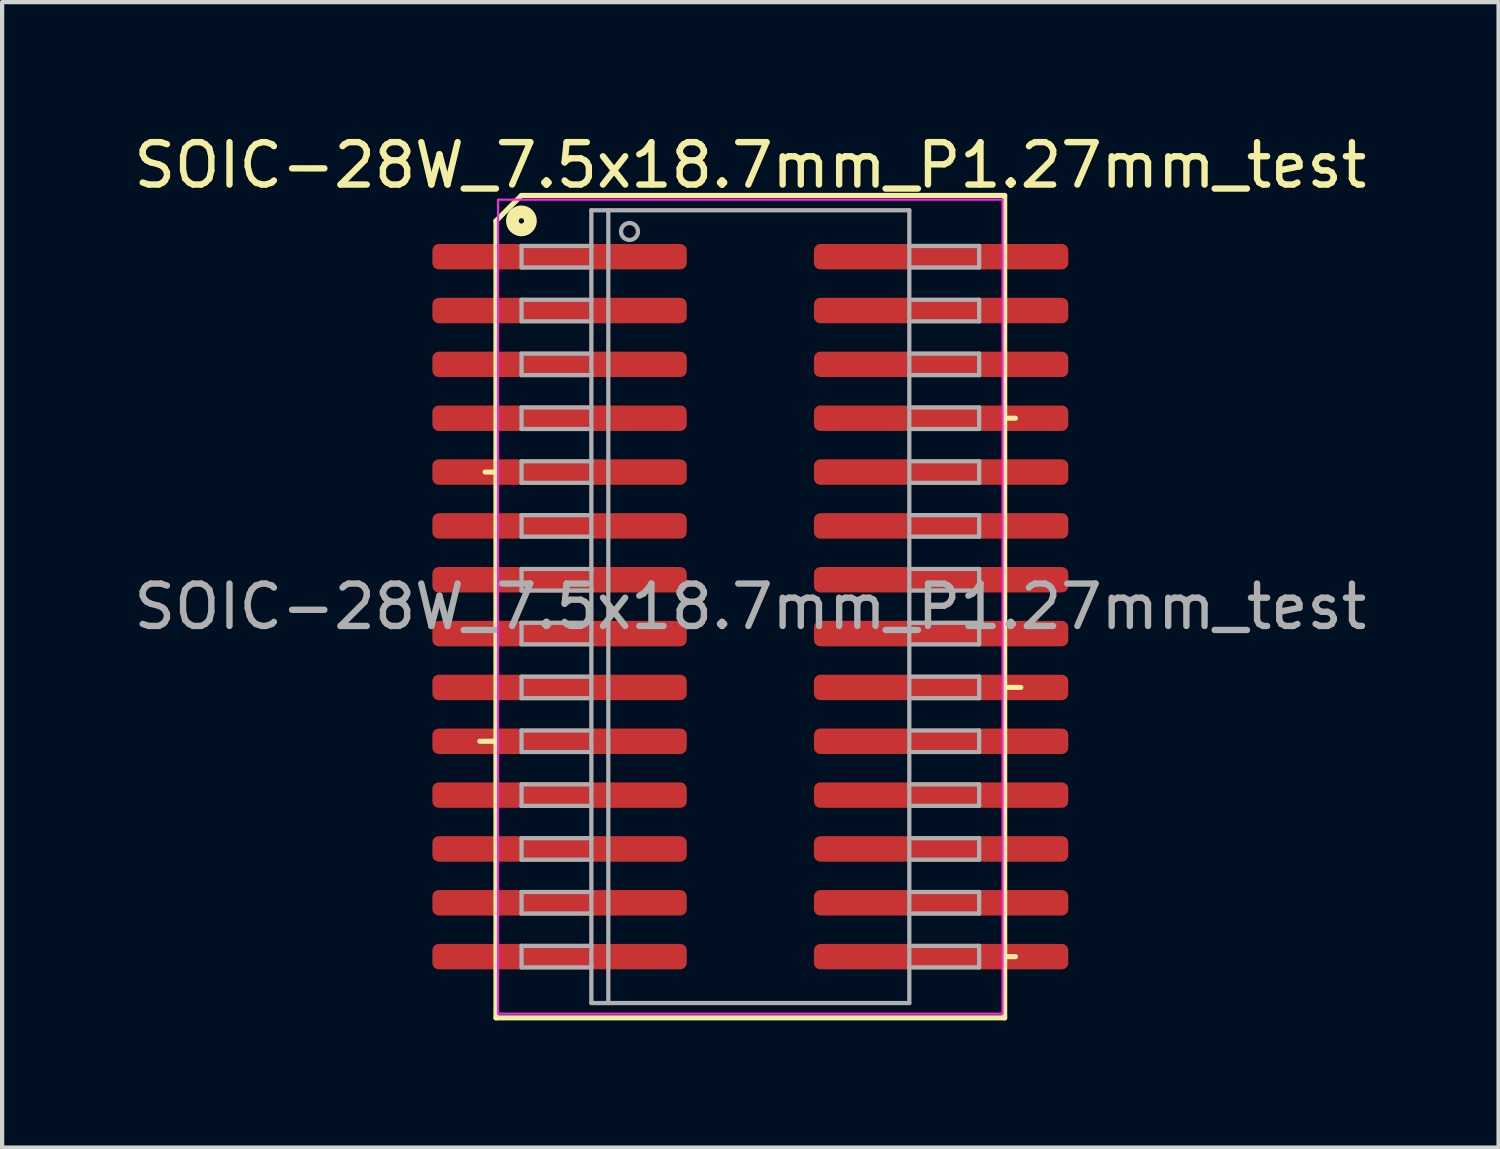
<source format=kicad_pcb>
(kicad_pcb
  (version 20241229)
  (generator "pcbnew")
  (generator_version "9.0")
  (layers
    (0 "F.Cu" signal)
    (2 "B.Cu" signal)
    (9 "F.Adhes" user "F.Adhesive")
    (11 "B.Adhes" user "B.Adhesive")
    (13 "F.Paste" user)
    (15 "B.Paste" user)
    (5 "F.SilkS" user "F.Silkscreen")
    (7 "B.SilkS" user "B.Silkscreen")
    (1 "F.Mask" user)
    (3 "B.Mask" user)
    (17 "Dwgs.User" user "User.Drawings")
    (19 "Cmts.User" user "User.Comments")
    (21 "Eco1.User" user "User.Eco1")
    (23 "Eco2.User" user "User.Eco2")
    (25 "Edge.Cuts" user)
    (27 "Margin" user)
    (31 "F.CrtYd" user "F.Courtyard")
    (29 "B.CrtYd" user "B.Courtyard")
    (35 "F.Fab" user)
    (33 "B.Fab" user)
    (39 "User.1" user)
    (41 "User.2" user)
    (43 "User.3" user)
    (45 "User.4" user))
  (footprint "SOIC-28W_7.5x18.7mm_P1.27mm_test"
    (layer "F.Cu")
    (at 14.649 11.26)
    (property "Reference" "SOIC-28W_7.5x18.7mm_P1.27mm_test" (at 0 -10.412 0) (layer "F.SilkS") (effects (font (size 1 1) (thickness 0.15))))
    (attr smd)
    (fp_line (start -6 -9.1) (end -6 9.7) (stroke (width 0.12) (type solid)) (layer "F.SilkS"))
    (fp_line (start -6 -9.1) (end -5.4 -9.7) (stroke (width 0.12) (type solid)) (layer "F.SilkS"))
    (fp_line (start -6 -3.175) (end -6.254 -3.175) (stroke (width 0.12) (type solid)) (layer "F.SilkS"))
    (fp_line (start -6 3.175) (end -6.381 3.175) (stroke (width 0.12) (type solid)) (layer "F.SilkS"))
    (fp_line (start -6 9.7) (end 6 9.7) (stroke (width 0.12) (type solid)) (layer "F.SilkS"))
    (fp_line (start 6 -9.7) (end -5.4 -9.7) (stroke (width 0.12) (type solid)) (layer "F.SilkS"))
    (fp_line (start 6 -4.445) (end 6.254 -4.445) (stroke (width 0.12) (type solid)) (layer "F.SilkS"))
    (fp_line (start 6 1.905) (end 6.381 1.905) (stroke (width 0.12) (type solid)) (layer "F.SilkS"))
    (fp_line (start 6 8.255) (end 6.254 8.255) (stroke (width 0.12) (type solid)) (layer "F.SilkS"))
    (fp_line (start 6 9.7) (end 6 -9.7) (stroke (width 0.12) (type solid)) (layer "F.SilkS"))
    (fp_circle (center -5.4 -9.1) (end -5.337 -9.1) (stroke (width 0.3) (type solid)) (fill no) (layer "F.SilkS"))
    (fp_line (start -5.95 -9.6) (end -5.95 9.6) (stroke (width 0.05) (type solid)) (layer "F.CrtYd"))
    (fp_line (start -5.95 9.6) (end 5.95 9.6) (stroke (width 0.05) (type solid)) (layer "F.CrtYd"))
    (fp_line (start 5.95 -9.6) (end -5.95 -9.6) (stroke (width 0.05) (type solid)) (layer "F.CrtYd"))
    (fp_line (start 5.95 9.6) (end 5.95 -9.6) (stroke (width 0.05) (type solid)) (layer "F.CrtYd"))
    (fp_line (start -5.397 -8.509) (end -5.397 -8.001) (stroke (width 0.1) (type solid)) (layer "F.Fab"))
    (fp_line (start -5.397 -8.509) (end -3.747 -8.509) (stroke (width 0.1) (type solid)) (layer "F.Fab"))
    (fp_line (start -5.397 -8.001) (end -3.747 -8.001) (stroke (width 0.1) (type solid)) (layer "F.Fab"))
    (fp_line (start -5.397 -7.239) (end -5.397 -6.731) (stroke (width 0.1) (type solid)) (layer "F.Fab"))
    (fp_line (start -5.397 -7.239) (end -3.747 -7.239) (stroke (width 0.1) (type solid)) (layer "F.Fab"))
    (fp_line (start -5.397 -6.731) (end -3.747 -6.731) (stroke (width 0.1) (type solid)) (layer "F.Fab"))
    (fp_line (start -5.397 -5.969) (end -5.397 -5.461) (stroke (width 0.1) (type solid)) (layer "F.Fab"))
    (fp_line (start -5.397 -5.969) (end -3.747 -5.969) (stroke (width 0.1) (type solid)) (layer "F.Fab"))
    (fp_line (start -5.397 -5.461) (end -3.747 -5.461) (stroke (width 0.1) (type solid)) (layer "F.Fab"))
    (fp_line (start -5.397 -4.699) (end -5.397 -4.191) (stroke (width 0.1) (type solid)) (layer "F.Fab"))
    (fp_line (start -5.397 -4.699) (end -3.747 -4.699) (stroke (width 0.1) (type solid)) (layer "F.Fab"))
    (fp_line (start -5.397 -4.191) (end -3.747 -4.191) (stroke (width 0.1) (type solid)) (layer "F.Fab"))
    (fp_line (start -5.397 -3.429) (end -5.397 -2.921) (stroke (width 0.1) (type solid)) (layer "F.Fab"))
    (fp_line (start -5.397 -3.429) (end -3.747 -3.429) (stroke (width 0.1) (type solid)) (layer "F.Fab"))
    (fp_line (start -5.397 -2.921) (end -3.747 -2.921) (stroke (width 0.1) (type solid)) (layer "F.Fab"))
    (fp_line (start -5.397 -2.159) (end -5.397 -1.651) (stroke (width 0.1) (type solid)) (layer "F.Fab"))
    (fp_line (start -5.397 -2.159) (end -3.747 -2.159) (stroke (width 0.1) (type solid)) (layer "F.Fab"))
    (fp_line (start -5.397 -1.651) (end -3.747 -1.651) (stroke (width 0.1) (type solid)) (layer "F.Fab"))
    (fp_line (start -5.397 -0.889) (end -5.397 -0.381) (stroke (width 0.1) (type solid)) (layer "F.Fab"))
    (fp_line (start -5.397 -0.889) (end -3.747 -0.889) (stroke (width 0.1) (type solid)) (layer "F.Fab"))
    (fp_line (start -5.397 -0.381) (end -3.747 -0.381) (stroke (width 0.1) (type solid)) (layer "F.Fab"))
    (fp_line (start -5.397 0.381) (end -5.397 0.889) (stroke (width 0.1) (type solid)) (layer "F.Fab"))
    (fp_line (start -5.397 0.381) (end -3.747 0.381) (stroke (width 0.1) (type solid)) (layer "F.Fab"))
    (fp_line (start -5.397 0.889) (end -3.747 0.889) (stroke (width 0.1) (type solid)) (layer "F.Fab"))
    (fp_line (start -5.397 1.651) (end -5.397 2.159) (stroke (width 0.1) (type solid)) (layer "F.Fab"))
    (fp_line (start -5.397 1.651) (end -3.747 1.651) (stroke (width 0.1) (type solid)) (layer "F.Fab"))
    (fp_line (start -5.397 2.159) (end -3.747 2.159) (stroke (width 0.1) (type solid)) (layer "F.Fab"))
    (fp_line (start -5.397 2.921) (end -5.397 3.429) (stroke (width 0.1) (type solid)) (layer "F.Fab"))
    (fp_line (start -5.397 2.921) (end -3.747 2.921) (stroke (width 0.1) (type solid)) (layer "F.Fab"))
    (fp_line (start -5.397 3.429) (end -3.747 3.429) (stroke (width 0.1) (type solid)) (layer "F.Fab"))
    (fp_line (start -5.397 4.191) (end -5.397 4.699) (stroke (width 0.1) (type solid)) (layer "F.Fab"))
    (fp_line (start -5.397 4.191) (end -3.747 4.191) (stroke (width 0.1) (type solid)) (layer "F.Fab"))
    (fp_line (start -5.397 4.699) (end -3.747 4.699) (stroke (width 0.1) (type solid)) (layer "F.Fab"))
    (fp_line (start -5.397 5.461) (end -5.397 5.969) (stroke (width 0.1) (type solid)) (layer "F.Fab"))
    (fp_line (start -5.397 5.461) (end -3.747 5.461) (stroke (width 0.1) (type solid)) (layer "F.Fab"))
    (fp_line (start -5.397 5.969) (end -3.747 5.969) (stroke (width 0.1) (type solid)) (layer "F.Fab"))
    (fp_line (start -5.397 6.731) (end -5.397 7.239) (stroke (width 0.1) (type solid)) (layer "F.Fab"))
    (fp_line (start -5.397 6.731) (end -3.747 6.731) (stroke (width 0.1) (type solid)) (layer "F.Fab"))
    (fp_line (start -5.397 7.239) (end -3.747 7.239) (stroke (width 0.1) (type solid)) (layer "F.Fab"))
    (fp_line (start -5.397 8.001) (end -5.397 8.509) (stroke (width 0.1) (type solid)) (layer "F.Fab"))
    (fp_line (start -5.397 8.001) (end -3.747 8.001) (stroke (width 0.1) (type solid)) (layer "F.Fab"))
    (fp_line (start -5.397 8.509) (end -3.747 8.509) (stroke (width 0.1) (type solid)) (layer "F.Fab"))
    (fp_line (start -3.75 -9.35) (end 3.75 -9.35) (stroke (width 0.1) (type solid)) (layer "F.Fab"))
    (fp_line (start -3.75 9.35) (end -3.75 -9.35) (stroke (width 0.1) (type solid)) (layer "F.Fab"))
    (fp_line (start -3.35 -9.35) (end -3.35 9.35) (stroke (width 0.1) (type solid)) (layer "F.Fab"))
    (fp_line (start 3.75 -9.35) (end 3.75 9.35) (stroke (width 0.1) (type solid)) (layer "F.Fab"))
    (fp_line (start 3.75 9.35) (end -3.75 9.35) (stroke (width 0.1) (type solid)) (layer "F.Fab"))
    (fp_line (start 5.397 -8.509) (end 3.747 -8.509) (stroke (width 0.1) (type solid)) (layer "F.Fab"))
    (fp_line (start 5.397 -8.001) (end 3.747 -8.001) (stroke (width 0.1) (type solid)) (layer "F.Fab"))
    (fp_line (start 5.397 -8.001) (end 5.397 -8.509) (stroke (width 0.1) (type solid)) (layer "F.Fab"))
    (fp_line (start 5.397 -7.239) (end 3.747 -7.239) (stroke (width 0.1) (type solid)) (layer "F.Fab"))
    (fp_line (start 5.397 -6.731) (end 3.747 -6.731) (stroke (width 0.1) (type solid)) (layer "F.Fab"))
    (fp_line (start 5.397 -6.731) (end 5.397 -7.239) (stroke (width 0.1) (type solid)) (layer "F.Fab"))
    (fp_line (start 5.397 -5.969) (end 3.747 -5.969) (stroke (width 0.1) (type solid)) (layer "F.Fab"))
    (fp_line (start 5.397 -5.461) (end 3.747 -5.461) (stroke (width 0.1) (type solid)) (layer "F.Fab"))
    (fp_line (start 5.397 -5.461) (end 5.397 -5.969) (stroke (width 0.1) (type solid)) (layer "F.Fab"))
    (fp_line (start 5.397 -4.699) (end 3.747 -4.699) (stroke (width 0.1) (type solid)) (layer "F.Fab"))
    (fp_line (start 5.397 -4.191) (end 3.747 -4.191) (stroke (width 0.1) (type solid)) (layer "F.Fab"))
    (fp_line (start 5.397 -4.191) (end 5.397 -4.699) (stroke (width 0.1) (type solid)) (layer "F.Fab"))
    (fp_line (start 5.397 -3.429) (end 3.747 -3.429) (stroke (width 0.1) (type solid)) (layer "F.Fab"))
    (fp_line (start 5.397 -2.921) (end 3.747 -2.921) (stroke (width 0.1) (type solid)) (layer "F.Fab"))
    (fp_line (start 5.397 -2.921) (end 5.397 -3.429) (stroke (width 0.1) (type solid)) (layer "F.Fab"))
    (fp_line (start 5.397 -2.159) (end 3.747 -2.159) (stroke (width 0.1) (type solid)) (layer "F.Fab"))
    (fp_line (start 5.397 -1.651) (end 3.747 -1.651) (stroke (width 0.1) (type solid)) (layer "F.Fab"))
    (fp_line (start 5.397 -1.651) (end 5.397 -2.159) (stroke (width 0.1) (type solid)) (layer "F.Fab"))
    (fp_line (start 5.397 -0.889) (end 3.747 -0.889) (stroke (width 0.1) (type solid)) (layer "F.Fab"))
    (fp_line (start 5.397 -0.381) (end 3.747 -0.381) (stroke (width 0.1) (type solid)) (layer "F.Fab"))
    (fp_line (start 5.397 -0.381) (end 5.397 -0.889) (stroke (width 0.1) (type solid)) (layer "F.Fab"))
    (fp_line (start 5.397 0.381) (end 3.747 0.381) (stroke (width 0.1) (type solid)) (layer "F.Fab"))
    (fp_line (start 5.397 0.889) (end 3.747 0.889) (stroke (width 0.1) (type solid)) (layer "F.Fab"))
    (fp_line (start 5.397 0.889) (end 5.397 0.381) (stroke (width 0.1) (type solid)) (layer "F.Fab"))
    (fp_line (start 5.397 1.651) (end 3.747 1.651) (stroke (width 0.1) (type solid)) (layer "F.Fab"))
    (fp_line (start 5.397 2.159) (end 3.747 2.159) (stroke (width 0.1) (type solid)) (layer "F.Fab"))
    (fp_line (start 5.397 2.159) (end 5.397 1.651) (stroke (width 0.1) (type solid)) (layer "F.Fab"))
    (fp_line (start 5.397 2.921) (end 3.747 2.921) (stroke (width 0.1) (type solid)) (layer "F.Fab"))
    (fp_line (start 5.397 3.429) (end 3.747 3.429) (stroke (width 0.1) (type solid)) (layer "F.Fab"))
    (fp_line (start 5.397 3.429) (end 5.397 2.921) (stroke (width 0.1) (type solid)) (layer "F.Fab"))
    (fp_line (start 5.397 4.191) (end 3.747 4.191) (stroke (width 0.1) (type solid)) (layer "F.Fab"))
    (fp_line (start 5.397 4.699) (end 3.747 4.699) (stroke (width 0.1) (type solid)) (layer "F.Fab"))
    (fp_line (start 5.397 4.699) (end 5.397 4.191) (stroke (width 0.1) (type solid)) (layer "F.Fab"))
    (fp_line (start 5.397 5.461) (end 3.747 5.461) (stroke (width 0.1) (type solid)) (layer "F.Fab"))
    (fp_line (start 5.397 5.969) (end 3.747 5.969) (stroke (width 0.1) (type solid)) (layer "F.Fab"))
    (fp_line (start 5.397 5.969) (end 5.397 5.461) (stroke (width 0.1) (type solid)) (layer "F.Fab"))
    (fp_line (start 5.397 6.731) (end 3.747 6.731) (stroke (width 0.1) (type solid)) (layer "F.Fab"))
    (fp_line (start 5.397 7.239) (end 3.747 7.239) (stroke (width 0.1) (type solid)) (layer "F.Fab"))
    (fp_line (start 5.397 7.239) (end 5.397 6.731) (stroke (width 0.1) (type solid)) (layer "F.Fab"))
    (fp_line (start 5.397 8.001) (end 3.747 8.001) (stroke (width 0.1) (type solid)) (layer "F.Fab"))
    (fp_line (start 5.397 8.509) (end 3.747 8.509) (stroke (width 0.1) (type solid)) (layer "F.Fab"))
    (fp_line (start 5.397 8.509) (end 5.397 8.001) (stroke (width 0.1) (type solid)) (layer "F.Fab"))
    (fp_circle (center -2.85 -8.85) (end -2.65 -8.85) (stroke (width 0.1) (type solid)) (fill no) (layer "F.Fab"))
    (fp_text user "${REFERENCE}" (at 0 0 0) (layer "F.Fab") (effects (font (size 1 1) (thickness 0.15))))
    (pad "1" smd roundrect (at -4.5 -8.255) (size 6 0.6) (layers "F.Cu" "F.Mask" "F.Paste") (roundrect_rratio 0.25))
    (pad "2" smd roundrect (at -4.5 -6.985) (size 6 0.6) (layers "F.Cu" "F.Mask" "F.Paste") (roundrect_rratio 0.25))
    (pad "3" smd roundrect (at -4.5 -5.715) (size 6 0.6) (layers "F.Cu" "F.Mask" "F.Paste") (roundrect_rratio 0.25))
    (pad "4" smd roundrect (at -4.5 -4.445) (size 6 0.6) (layers "F.Cu" "F.Mask" "F.Paste") (roundrect_rratio 0.25))
    (pad "5" smd roundrect (at -4.5 -3.175) (size 6 0.6) (layers "F.Cu" "F.Mask" "F.Paste") (roundrect_rratio 0.25))
    (pad "6" smd roundrect (at -4.5 -1.905) (size 6 0.6) (layers "F.Cu" "F.Mask" "F.Paste") (roundrect_rratio 0.25))
    (pad "7" smd roundrect (at -4.5 -0.635) (size 6 0.6) (layers "F.Cu" "F.Mask" "F.Paste") (roundrect_rratio 0.25))
    (pad "8" smd roundrect (at -4.5 0.635) (size 6 0.6) (layers "F.Cu" "F.Mask" "F.Paste") (roundrect_rratio 0.25))
    (pad "9" smd roundrect (at -4.5 1.905) (size 6 0.6) (layers "F.Cu" "F.Mask" "F.Paste") (roundrect_rratio 0.25))
    (pad "10" smd roundrect (at -4.5 3.175) (size 6 0.6) (layers "F.Cu" "F.Mask" "F.Paste") (roundrect_rratio 0.25))
    (pad "11" smd roundrect (at -4.5 4.445) (size 6 0.6) (layers "F.Cu" "F.Mask" "F.Paste") (roundrect_rratio 0.25))
    (pad "12" smd roundrect (at -4.5 5.715) (size 6 0.6) (layers "F.Cu" "F.Mask" "F.Paste") (roundrect_rratio 0.25))
    (pad "13" smd roundrect (at -4.5 6.985) (size 6 0.6) (layers "F.Cu" "F.Mask" "F.Paste") (roundrect_rratio 0.25))
    (pad "14" smd roundrect (at -4.5 8.255) (size 6 0.6) (layers "F.Cu" "F.Mask" "F.Paste") (roundrect_rratio 0.25))
    (pad "15" smd roundrect (at 4.5 8.255) (size 6 0.6) (layers "F.Cu" "F.Mask" "F.Paste") (roundrect_rratio 0.25))
    (pad "16" smd roundrect (at 4.5 6.985) (size 6 0.6) (layers "F.Cu" "F.Mask" "F.Paste") (roundrect_rratio 0.25))
    (pad "17" smd roundrect (at 4.5 5.715) (size 6 0.6) (layers "F.Cu" "F.Mask" "F.Paste") (roundrect_rratio 0.25))
    (pad "18" smd roundrect (at 4.5 4.445) (size 6 0.6) (layers "F.Cu" "F.Mask" "F.Paste") (roundrect_rratio 0.25))
    (pad "19" smd roundrect (at 4.5 3.175) (size 6 0.6) (layers "F.Cu" "F.Mask" "F.Paste") (roundrect_rratio 0.25))
    (pad "20" smd roundrect (at 4.5 1.905) (size 6 0.6) (layers "F.Cu" "F.Mask" "F.Paste") (roundrect_rratio 0.25))
    (pad "21" smd roundrect (at 4.5 0.635) (size 6 0.6) (layers "F.Cu" "F.Mask" "F.Paste") (roundrect_rratio 0.25))
    (pad "22" smd roundrect (at 4.5 -0.635) (size 6 0.6) (layers "F.Cu" "F.Mask" "F.Paste") (roundrect_rratio 0.25))
    (pad "23" smd roundrect (at 4.5 -1.905) (size 6 0.6) (layers "F.Cu" "F.Mask" "F.Paste") (roundrect_rratio 0.25))
    (pad "24" smd roundrect (at 4.5 -3.175) (size 6 0.6) (layers "F.Cu" "F.Mask" "F.Paste") (roundrect_rratio 0.25))
    (pad "25" smd roundrect (at 4.5 -4.445) (size 6 0.6) (layers "F.Cu" "F.Mask" "F.Paste") (roundrect_rratio 0.25))
    (pad "26" smd roundrect (at 4.5 -5.715) (size 6 0.6) (layers "F.Cu" "F.Mask" "F.Paste") (roundrect_rratio 0.25))
    (pad "27" smd roundrect (at 4.5 -6.985) (size 6 0.6) (layers "F.Cu" "F.Mask" "F.Paste") (roundrect_rratio 0.25))
    (pad "28" smd roundrect (at 4.5 -8.255) (size 6 0.6) (layers "F.Cu" "F.Mask" "F.Paste") (roundrect_rratio 0.25)))
  (gr_rect
    (start -3 -3)
    (end 32.298 24.02)
    (stroke (width 0.1) (type default))
    (fill no)
    (layer "Edge.Cuts")))
</source>
